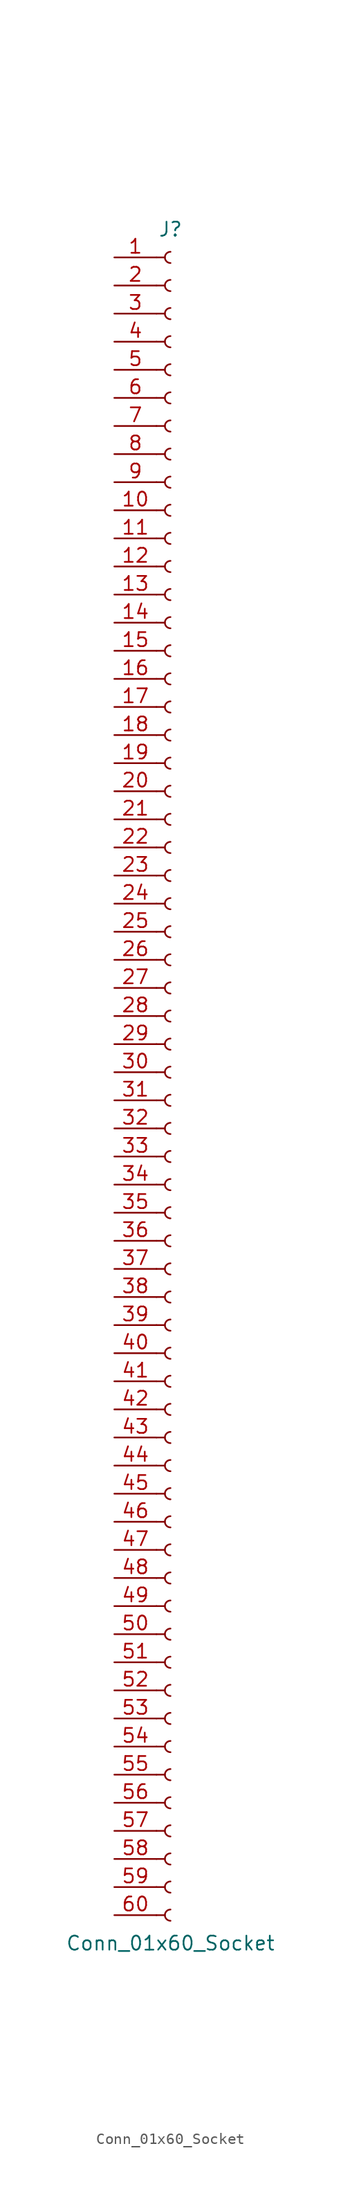
<source format=kicad_sym>
(kicad_symbol_lib
  (version 20220914)
  (generator kicad_symbol_editor)
  (symbol "Conn_01x60_Socket"
    (pin_names
      (offset 1.016) hide)
    (property "Reference" "J"
      (at 0 76.2 0)
      (effects (font (size 1.27 1.27))))
    (property "Value" "Conn_01x60_Socket"
      (at 0 -78.74 0)
      (effects (font (size 1.27 1.27))))
    (property "ki_locked" ""
      (at 0 0 0)
      (effects (font (size 1.27 1.27))))
    (symbol "Conn_01x60_Socket_1_1"
      (arc (start 0 -75.692) (mid -0.5058 -76.2) (end 0 -76.708) (stroke (width 0.1524) (type default)) (fill (type none)))
      (arc (start 0 -73.152) (mid -0.5058 -73.66) (end 0 -74.168) (stroke (width 0.1524) (type default)) (fill (type none)))
      (arc (start 0 -70.612) (mid -0.5058 -71.12) (end 0 -71.628) (stroke (width 0.1524) (type default)) (fill (type none)))
      (arc (start 0 -68.072) (mid -0.5058 -68.58) (end 0 -69.088) (stroke (width 0.1524) (type default)) (fill (type none)))
      (arc (start 0 -65.532) (mid -0.5058 -66.04) (end 0 -66.548) (stroke (width 0.1524) (type default)) (fill (type none)))
      (arc (start 0 -62.992) (mid -0.5058 -63.5) (end 0 -64.008) (stroke (width 0.1524) (type default)) (fill (type none)))
      (arc (start 0 -60.452) (mid -0.5058 -60.96) (end 0 -61.468) (stroke (width 0.1524) (type default)) (fill (type none)))
      (arc (start 0 -57.912) (mid -0.5058 -58.42) (end 0 -58.928) (stroke (width 0.1524) (type default)) (fill (type none)))
      (arc (start 0 -55.372) (mid -0.5058 -55.88) (end 0 -56.388) (stroke (width 0.1524) (type default)) (fill (type none)))
      (arc (start 0 -52.832) (mid -0.5058 -53.34) (end 0 -53.848) (stroke (width 0.1524) (type default)) (fill (type none)))
      (arc (start 0 -50.292) (mid -0.5058 -50.8) (end 0 -51.308) (stroke (width 0.1524) (type default)) (fill (type none)))
      (arc (start 0 -47.752) (mid -0.5058 -48.26) (end 0 -48.768) (stroke (width 0.1524) (type default)) (fill (type none)))
      (arc (start 0 -45.212) (mid -0.5058 -45.72) (end 0 -46.228) (stroke (width 0.1524) (type default)) (fill (type none)))
      (arc (start 0 -42.672) (mid -0.5058 -43.18) (end 0 -43.688) (stroke (width 0.1524) (type default)) (fill (type none)))
      (arc (start 0 -40.132) (mid -0.5058 -40.64) (end 0 -41.148) (stroke (width 0.1524) (type default)) (fill (type none)))
      (arc (start 0 -37.592) (mid -0.5058 -38.1) (end 0 -38.608) (stroke (width 0.1524) (type default)) (fill (type none)))
      (arc (start 0 -35.052) (mid -0.5058 -35.56) (end 0 -36.068) (stroke (width 0.1524) (type default)) (fill (type none)))
      (arc (start 0 -32.512) (mid -0.5058 -33.02) (end 0 -33.528) (stroke (width 0.1524) (type default)) (fill (type none)))
      (arc (start 0 -29.972) (mid -0.5058 -30.48) (end 0 -30.988) (stroke (width 0.1524) (type default)) (fill (type none)))
      (arc (start 0 -27.432) (mid -0.5058 -27.94) (end 0 -28.448) (stroke (width 0.1524) (type default)) (fill (type none)))
      (arc (start 0 -24.892) (mid -0.5058 -25.4) (end 0 -25.908) (stroke (width 0.1524) (type default)) (fill (type none)))
      (arc (start 0 -22.352) (mid -0.5058 -22.86) (end 0 -23.368) (stroke (width 0.1524) (type default)) (fill (type none)))
      (arc (start 0 -19.812) (mid -0.5058 -20.32) (end 0 -20.828) (stroke (width 0.1524) (type default)) (fill (type none)))
      (arc (start 0 -17.272) (mid -0.5058 -17.78) (end 0 -18.288) (stroke (width 0.1524) (type default)) (fill (type none)))
      (arc (start 0 -14.732) (mid -0.5058 -15.24) (end 0 -15.748) (stroke (width 0.1524) (type default)) (fill (type none)))
      (arc (start 0 -12.192) (mid -0.5058 -12.7) (end 0 -13.208) (stroke (width 0.1524) (type default)) (fill (type none)))
      (arc (start 0 -9.652) (mid -0.5058 -10.16) (end 0 -10.668) (stroke (width 0.1524) (type default)) (fill (type none)))
      (arc (start 0 -7.112) (mid -0.5058 -7.62) (end 0 -8.128) (stroke (width 0.1524) (type default)) (fill (type none)))
      (arc (start 0 -4.572) (mid -0.5058 -5.08) (end 0 -5.588) (stroke (width 0.1524) (type default)) (fill (type none)))
      (arc (start 0 -2.032) (mid -0.5058 -2.54) (end 0 -3.048) (stroke (width 0.1524) (type default)) (fill (type none)))
      (polyline (pts (xy -1.27 -76.2) (xy -0.508 -76.2)) (stroke (width 0.152) (type default)) (fill (type none)))
      (polyline (pts (xy -1.27 -73.66) (xy -0.508 -73.66)) (stroke (width 0.152) (type default)) (fill (type none)))
      (polyline (pts (xy -1.27 -71.12) (xy -0.508 -71.12)) (stroke (width 0.152) (type default)) (fill (type none)))
      (polyline (pts (xy -1.27 -68.58) (xy -0.508 -68.58)) (stroke (width 0.152) (type default)) (fill (type none)))
      (polyline (pts (xy -1.27 -66.04) (xy -0.508 -66.04)) (stroke (width 0.152) (type default)) (fill (type none)))
      (polyline (pts (xy -1.27 -63.5) (xy -0.508 -63.5)) (stroke (width 0.152) (type default)) (fill (type none)))
      (polyline (pts (xy -1.27 -60.96) (xy -0.508 -60.96)) (stroke (width 0.152) (type default)) (fill (type none)))
      (polyline (pts (xy -1.27 -58.42) (xy -0.508 -58.42)) (stroke (width 0.152) (type default)) (fill (type none)))
      (polyline (pts (xy -1.27 -55.88) (xy -0.508 -55.88)) (stroke (width 0.152) (type default)) (fill (type none)))
      (polyline (pts (xy -1.27 -53.34) (xy -0.508 -53.34)) (stroke (width 0.152) (type default)) (fill (type none)))
      (polyline (pts (xy -1.27 -50.8) (xy -0.508 -50.8)) (stroke (width 0.152) (type default)) (fill (type none)))
      (polyline (pts (xy -1.27 -48.26) (xy -0.508 -48.26)) (stroke (width 0.152) (type default)) (fill (type none)))
      (polyline (pts (xy -1.27 -45.72) (xy -0.508 -45.72)) (stroke (width 0.152) (type default)) (fill (type none)))
      (polyline (pts (xy -1.27 -43.18) (xy -0.508 -43.18)) (stroke (width 0.152) (type default)) (fill (type none)))
      (polyline (pts (xy -1.27 -40.64) (xy -0.508 -40.64)) (stroke (width 0.152) (type default)) (fill (type none)))
      (polyline (pts (xy -1.27 -38.1) (xy -0.508 -38.1)) (stroke (width 0.152) (type default)) (fill (type none)))
      (polyline (pts (xy -1.27 -35.56) (xy -0.508 -35.56)) (stroke (width 0.152) (type default)) (fill (type none)))
      (polyline (pts (xy -1.27 -33.02) (xy -0.508 -33.02)) (stroke (width 0.152) (type default)) (fill (type none)))
      (polyline (pts (xy -1.27 -30.48) (xy -0.508 -30.48)) (stroke (width 0.152) (type default)) (fill (type none)))
      (polyline (pts (xy -1.27 -27.94) (xy -0.508 -27.94)) (stroke (width 0.152) (type default)) (fill (type none)))
      (polyline (pts (xy -1.27 -25.4) (xy -0.508 -25.4)) (stroke (width 0.152) (type default)) (fill (type none)))
      (polyline (pts (xy -1.27 -22.86) (xy -0.508 -22.86)) (stroke (width 0.152) (type default)) (fill (type none)))
      (polyline (pts (xy -1.27 -20.32) (xy -0.508 -20.32)) (stroke (width 0.152) (type default)) (fill (type none)))
      (polyline (pts (xy -1.27 -17.78) (xy -0.508 -17.78)) (stroke (width 0.152) (type default)) (fill (type none)))
      (polyline (pts (xy -1.27 -15.24) (xy -0.508 -15.24)) (stroke (width 0.152) (type default)) (fill (type none)))
      (polyline (pts (xy -1.27 -12.7) (xy -0.508 -12.7)) (stroke (width 0.152) (type default)) (fill (type none)))
      (polyline (pts (xy -1.27 -10.16) (xy -0.508 -10.16)) (stroke (width 0.152) (type default)) (fill (type none)))
      (polyline (pts (xy -1.27 -7.62) (xy -0.508 -7.62)) (stroke (width 0.152) (type default)) (fill (type none)))
      (polyline (pts (xy -1.27 -5.08) (xy -0.508 -5.08)) (stroke (width 0.152) (type default)) (fill (type none)))
      (polyline (pts (xy -1.27 -2.54) (xy -0.508 -2.54)) (stroke (width 0.152) (type default)) (fill (type none)))
      (polyline (pts (xy -1.27 0) (xy -0.508 0)) (stroke (width 0.152) (type default)) (fill (type none)))
      (polyline (pts (xy -1.27 2.54) (xy -0.508 2.54)) (stroke (width 0.152) (type default)) (fill (type none)))
      (polyline (pts (xy -1.27 5.08) (xy -0.508 5.08)) (stroke (width 0.152) (type default)) (fill (type none)))
      (polyline (pts (xy -1.27 7.62) (xy -0.508 7.62)) (stroke (width 0.152) (type default)) (fill (type none)))
      (polyline (pts (xy -1.27 10.16) (xy -0.508 10.16)) (stroke (width 0.152) (type default)) (fill (type none)))
      (polyline (pts (xy -1.27 12.7) (xy -0.508 12.7)) (stroke (width 0.152) (type default)) (fill (type none)))
      (polyline (pts (xy -1.27 15.24) (xy -0.508 15.24)) (stroke (width 0.152) (type default)) (fill (type none)))
      (polyline (pts (xy -1.27 17.78) (xy -0.508 17.78)) (stroke (width 0.152) (type default)) (fill (type none)))
      (polyline (pts (xy -1.27 20.32) (xy -0.508 20.32)) (stroke (width 0.152) (type default)) (fill (type none)))
      (polyline (pts (xy -1.27 22.86) (xy -0.508 22.86)) (stroke (width 0.152) (type default)) (fill (type none)))
      (polyline (pts (xy -1.27 25.4) (xy -0.508 25.4)) (stroke (width 0.152) (type default)) (fill (type none)))
      (polyline (pts (xy -1.27 27.94) (xy -0.508 27.94)) (stroke (width 0.152) (type default)) (fill (type none)))
      (polyline (pts (xy -1.27 30.48) (xy -0.508 30.48)) (stroke (width 0.152) (type default)) (fill (type none)))
      (polyline (pts (xy -1.27 33.02) (xy -0.508 33.02)) (stroke (width 0.152) (type default)) (fill (type none)))
      (polyline (pts (xy -1.27 35.56) (xy -0.508 35.56)) (stroke (width 0.152) (type default)) (fill (type none)))
      (polyline (pts (xy -1.27 38.1) (xy -0.508 38.1)) (stroke (width 0.152) (type default)) (fill (type none)))
      (polyline (pts (xy -1.27 40.64) (xy -0.508 40.64)) (stroke (width 0.152) (type default)) (fill (type none)))
      (polyline (pts (xy -1.27 43.18) (xy -0.508 43.18)) (stroke (width 0.152) (type default)) (fill (type none)))
      (polyline (pts (xy -1.27 45.72) (xy -0.508 45.72)) (stroke (width 0.152) (type default)) (fill (type none)))
      (polyline (pts (xy -1.27 48.26) (xy -0.508 48.26)) (stroke (width 0.152) (type default)) (fill (type none)))
      (polyline (pts (xy -1.27 50.8) (xy -0.508 50.8)) (stroke (width 0.152) (type default)) (fill (type none)))
      (polyline (pts (xy -1.27 53.34) (xy -0.508 53.34)) (stroke (width 0.152) (type default)) (fill (type none)))
      (polyline (pts (xy -1.27 55.88) (xy -0.508 55.88)) (stroke (width 0.152) (type default)) (fill (type none)))
      (polyline (pts (xy -1.27 58.42) (xy -0.508 58.42)) (stroke (width 0.152) (type default)) (fill (type none)))
      (polyline (pts (xy -1.27 60.96) (xy -0.508 60.96)) (stroke (width 0.152) (type default)) (fill (type none)))
      (polyline (pts (xy -1.27 63.5) (xy -0.508 63.5)) (stroke (width 0.152) (type default)) (fill (type none)))
      (polyline (pts (xy -1.27 66.04) (xy -0.508 66.04)) (stroke (width 0.152) (type default)) (fill (type none)))
      (polyline (pts (xy -1.27 68.58) (xy -0.508 68.58)) (stroke (width 0.152) (type default)) (fill (type none)))
      (polyline (pts (xy -1.27 71.12) (xy -0.508 71.12)) (stroke (width 0.152) (type default)) (fill (type none)))
      (polyline (pts (xy -1.27 73.66) (xy -0.508 73.66)) (stroke (width 0.152) (type default)) (fill (type none)))
      (arc (start 0 0.508) (mid -0.5058 0) (end 0 -0.508) (stroke (width 0.1524) (type default)) (fill (type none)))
      (arc (start 0 3.048) (mid -0.5058 2.54) (end 0 2.032) (stroke (width 0.1524) (type default)) (fill (type none)))
      (arc (start 0 5.588) (mid -0.5058 5.08) (end 0 4.572) (stroke (width 0.1524) (type default)) (fill (type none)))
      (arc (start 0 8.128) (mid -0.5058 7.62) (end 0 7.112) (stroke (width 0.1524) (type default)) (fill (type none)))
      (arc (start 0 10.668) (mid -0.5058 10.16) (end 0 9.652) (stroke (width 0.1524) (type default)) (fill (type none)))
      (arc (start 0 13.208) (mid -0.5058 12.7) (end 0 12.192) (stroke (width 0.1524) (type default)) (fill (type none)))
      (arc (start 0 15.748) (mid -0.5058 15.24) (end 0 14.732) (stroke (width 0.1524) (type default)) (fill (type none)))
      (arc (start 0 18.288) (mid -0.5058 17.78) (end 0 17.272) (stroke (width 0.1524) (type default)) (fill (type none)))
      (arc (start 0 20.828) (mid -0.5058 20.32) (end 0 19.812) (stroke (width 0.1524) (type default)) (fill (type none)))
      (arc (start 0 23.368) (mid -0.5058 22.86) (end 0 22.352) (stroke (width 0.1524) (type default)) (fill (type none)))
      (arc (start 0 25.908) (mid -0.5058 25.4) (end 0 24.892) (stroke (width 0.1524) (type default)) (fill (type none)))
      (arc (start 0 28.448) (mid -0.5058 27.94) (end 0 27.432) (stroke (width 0.1524) (type default)) (fill (type none)))
      (arc (start 0 30.988) (mid -0.5058 30.48) (end 0 29.972) (stroke (width 0.1524) (type default)) (fill (type none)))
      (arc (start 0 33.528) (mid -0.5058 33.02) (end 0 32.512) (stroke (width 0.1524) (type default)) (fill (type none)))
      (arc (start 0 36.068) (mid -0.5058 35.56) (end 0 35.052) (stroke (width 0.1524) (type default)) (fill (type none)))
      (arc (start 0 38.608) (mid -0.5058 38.1) (end 0 37.592) (stroke (width 0.1524) (type default)) (fill (type none)))
      (arc (start 0 41.148) (mid -0.5058 40.64) (end 0 40.132) (stroke (width 0.1524) (type default)) (fill (type none)))
      (arc (start 0 43.688) (mid -0.5058 43.18) (end 0 42.672) (stroke (width 0.1524) (type default)) (fill (type none)))
      (arc (start 0 46.228) (mid -0.5058 45.72) (end 0 45.212) (stroke (width 0.1524) (type default)) (fill (type none)))
      (arc (start 0 48.768) (mid -0.5058 48.26) (end 0 47.752) (stroke (width 0.1524) (type default)) (fill (type none)))
      (arc (start 0 51.308) (mid -0.5058 50.8) (end 0 50.292) (stroke (width 0.1524) (type default)) (fill (type none)))
      (arc (start 0 53.848) (mid -0.5058 53.34) (end 0 52.832) (stroke (width 0.1524) (type default)) (fill (type none)))
      (arc (start 0 56.388) (mid -0.5058 55.88) (end 0 55.372) (stroke (width 0.1524) (type default)) (fill (type none)))
      (arc (start 0 58.928) (mid -0.5058 58.42) (end 0 57.912) (stroke (width 0.1524) (type default)) (fill (type none)))
      (arc (start 0 61.468) (mid -0.5058 60.96) (end 0 60.452) (stroke (width 0.1524) (type default)) (fill (type none)))
      (arc (start 0 64.008) (mid -0.5058 63.5) (end 0 62.992) (stroke (width 0.1524) (type default)) (fill (type none)))
      (arc (start 0 66.548) (mid -0.5058 66.04) (end 0 65.532) (stroke (width 0.1524) (type default)) (fill (type none)))
      (arc (start 0 69.088) (mid -0.5058 68.58) (end 0 68.072) (stroke (width 0.1524) (type default)) (fill (type none)))
      (arc (start 0 71.628) (mid -0.5058 71.12) (end 0 70.612) (stroke (width 0.1524) (type default)) (fill (type none)))
      (arc (start 0 74.168) (mid -0.5058 73.66) (end 0 73.152) (stroke (width 0.1524) (type default)) (fill (type none)))
      (pin passive line (at -5.08 73.66 0) (length 3.81) (name "Pin_1" (effects (font (size 1.27 1.27)))) (number "1" (effects (font (size 1.27 1.27)))))
      (pin passive line (at -5.08 50.8 0) (length 3.81) (name "Pin_10" (effects (font (size 1.27 1.27)))) (number "10" (effects (font (size 1.27 1.27)))))
      (pin passive line (at -5.08 48.26 0) (length 3.81) (name "Pin_11" (effects (font (size 1.27 1.27)))) (number "11" (effects (font (size 1.27 1.27)))))
      (pin passive line (at -5.08 45.72 0) (length 3.81) (name "Pin_12" (effects (font (size 1.27 1.27)))) (number "12" (effects (font (size 1.27 1.27)))))
      (pin passive line (at -5.08 43.18 0) (length 3.81) (name "Pin_13" (effects (font (size 1.27 1.27)))) (number "13" (effects (font (size 1.27 1.27)))))
      (pin passive line (at -5.08 40.64 0) (length 3.81) (name "Pin_14" (effects (font (size 1.27 1.27)))) (number "14" (effects (font (size 1.27 1.27)))))
      (pin passive line (at -5.08 38.1 0) (length 3.81) (name "Pin_15" (effects (font (size 1.27 1.27)))) (number "15" (effects (font (size 1.27 1.27)))))
      (pin passive line (at -5.08 35.56 0) (length 3.81) (name "Pin_16" (effects (font (size 1.27 1.27)))) (number "16" (effects (font (size 1.27 1.27)))))
      (pin passive line (at -5.08 33.02 0) (length 3.81) (name "Pin_17" (effects (font (size 1.27 1.27)))) (number "17" (effects (font (size 1.27 1.27)))))
      (pin passive line (at -5.08 30.48 0) (length 3.81) (name "Pin_18" (effects (font (size 1.27 1.27)))) (number "18" (effects (font (size 1.27 1.27)))))
      (pin passive line (at -5.08 27.94 0) (length 3.81) (name "Pin_19" (effects (font (size 1.27 1.27)))) (number "19" (effects (font (size 1.27 1.27)))))
      (pin passive line (at -5.08 71.12 0) (length 3.81) (name "Pin_2" (effects (font (size 1.27 1.27)))) (number "2" (effects (font (size 1.27 1.27)))))
      (pin passive line (at -5.08 25.4 0) (length 3.81) (name "Pin_20" (effects (font (size 1.27 1.27)))) (number "20" (effects (font (size 1.27 1.27)))))
      (pin passive line (at -5.08 22.86 0) (length 3.81) (name "Pin_21" (effects (font (size 1.27 1.27)))) (number "21" (effects (font (size 1.27 1.27)))))
      (pin passive line (at -5.08 20.32 0) (length 3.81) (name "Pin_22" (effects (font (size 1.27 1.27)))) (number "22" (effects (font (size 1.27 1.27)))))
      (pin passive line (at -5.08 17.78 0) (length 3.81) (name "Pin_23" (effects (font (size 1.27 1.27)))) (number "23" (effects (font (size 1.27 1.27)))))
      (pin passive line (at -5.08 15.24 0) (length 3.81) (name "Pin_24" (effects (font (size 1.27 1.27)))) (number "24" (effects (font (size 1.27 1.27)))))
      (pin passive line (at -5.08 12.7 0) (length 3.81) (name "Pin_25" (effects (font (size 1.27 1.27)))) (number "25" (effects (font (size 1.27 1.27)))))
      (pin passive line (at -5.08 10.16 0) (length 3.81) (name "Pin_26" (effects (font (size 1.27 1.27)))) (number "26" (effects (font (size 1.27 1.27)))))
      (pin passive line (at -5.08 7.62 0) (length 3.81) (name "Pin_27" (effects (font (size 1.27 1.27)))) (number "27" (effects (font (size 1.27 1.27)))))
      (pin passive line (at -5.08 5.08 0) (length 3.81) (name "Pin_28" (effects (font (size 1.27 1.27)))) (number "28" (effects (font (size 1.27 1.27)))))
      (pin passive line (at -5.08 2.54 0) (length 3.81) (name "Pin_29" (effects (font (size 1.27 1.27)))) (number "29" (effects (font (size 1.27 1.27)))))
      (pin passive line (at -5.08 68.58 0) (length 3.81) (name "Pin_3" (effects (font (size 1.27 1.27)))) (number "3" (effects (font (size 1.27 1.27)))))
      (pin passive line (at -5.08 0 0) (length 3.81) (name "Pin_30" (effects (font (size 1.27 1.27)))) (number "30" (effects (font (size 1.27 1.27)))))
      (pin passive line (at -5.08 -2.54 0) (length 3.81) (name "Pin_31" (effects (font (size 1.27 1.27)))) (number "31" (effects (font (size 1.27 1.27)))))
      (pin passive line (at -5.08 -5.08 0) (length 3.81) (name "Pin_32" (effects (font (size 1.27 1.27)))) (number "32" (effects (font (size 1.27 1.27)))))
      (pin passive line (at -5.08 -7.62 0) (length 3.81) (name "Pin_33" (effects (font (size 1.27 1.27)))) (number "33" (effects (font (size 1.27 1.27)))))
      (pin passive line (at -5.08 -10.16 0) (length 3.81) (name "Pin_34" (effects (font (size 1.27 1.27)))) (number "34" (effects (font (size 1.27 1.27)))))
      (pin passive line (at -5.08 -12.7 0) (length 3.81) (name "Pin_35" (effects (font (size 1.27 1.27)))) (number "35" (effects (font (size 1.27 1.27)))))
      (pin passive line (at -5.08 -15.24 0) (length 3.81) (name "Pin_36" (effects (font (size 1.27 1.27)))) (number "36" (effects (font (size 1.27 1.27)))))
      (pin passive line (at -5.08 -17.78 0) (length 3.81) (name "Pin_37" (effects (font (size 1.27 1.27)))) (number "37" (effects (font (size 1.27 1.27)))))
      (pin passive line (at -5.08 -20.32 0) (length 3.81) (name "Pin_38" (effects (font (size 1.27 1.27)))) (number "38" (effects (font (size 1.27 1.27)))))
      (pin passive line (at -5.08 -22.86 0) (length 3.81) (name "Pin_39" (effects (font (size 1.27 1.27)))) (number "39" (effects (font (size 1.27 1.27)))))
      (pin passive line (at -5.08 66.04 0) (length 3.81) (name "Pin_4" (effects (font (size 1.27 1.27)))) (number "4" (effects (font (size 1.27 1.27)))))
      (pin passive line (at -5.08 -25.4 0) (length 3.81) (name "Pin_40" (effects (font (size 1.27 1.27)))) (number "40" (effects (font (size 1.27 1.27)))))
      (pin passive line (at -5.08 -27.94 0) (length 3.81) (name "Pin_41" (effects (font (size 1.27 1.27)))) (number "41" (effects (font (size 1.27 1.27)))))
      (pin passive line (at -5.08 -30.48 0) (length 3.81) (name "Pin_42" (effects (font (size 1.27 1.27)))) (number "42" (effects (font (size 1.27 1.27)))))
      (pin passive line (at -5.08 -33.02 0) (length 3.81) (name "Pin_43" (effects (font (size 1.27 1.27)))) (number "43" (effects (font (size 1.27 1.27)))))
      (pin passive line (at -5.08 -35.56 0) (length 3.81) (name "Pin_44" (effects (font (size 1.27 1.27)))) (number "44" (effects (font (size 1.27 1.27)))))
      (pin passive line (at -5.08 -38.1 0) (length 3.81) (name "Pin_45" (effects (font (size 1.27 1.27)))) (number "45" (effects (font (size 1.27 1.27)))))
      (pin passive line (at -5.08 -40.64 0) (length 3.81) (name "Pin_46" (effects (font (size 1.27 1.27)))) (number "46" (effects (font (size 1.27 1.27)))))
      (pin passive line (at -5.08 -43.18 0) (length 3.81) (name "Pin_47" (effects (font (size 1.27 1.27)))) (number "47" (effects (font (size 1.27 1.27)))))
      (pin passive line (at -5.08 -45.72 0) (length 3.81) (name "Pin_48" (effects (font (size 1.27 1.27)))) (number "48" (effects (font (size 1.27 1.27)))))
      (pin passive line (at -5.08 -48.26 0) (length 3.81) (name "Pin_49" (effects (font (size 1.27 1.27)))) (number "49" (effects (font (size 1.27 1.27)))))
      (pin passive line (at -5.08 63.5 0) (length 3.81) (name "Pin_5" (effects (font (size 1.27 1.27)))) (number "5" (effects (font (size 1.27 1.27)))))
      (pin passive line (at -5.08 -50.8 0) (length 3.81) (name "Pin_50" (effects (font (size 1.27 1.27)))) (number "50" (effects (font (size 1.27 1.27)))))
      (pin passive line (at -5.08 -53.34 0) (length 3.81) (name "Pin_51" (effects (font (size 1.27 1.27)))) (number "51" (effects (font (size 1.27 1.27)))))
      (pin passive line (at -5.08 -55.88 0) (length 3.81) (name "Pin_52" (effects (font (size 1.27 1.27)))) (number "52" (effects (font (size 1.27 1.27)))))
      (pin passive line (at -5.08 -58.42 0) (length 3.81) (name "Pin_53" (effects (font (size 1.27 1.27)))) (number "53" (effects (font (size 1.27 1.27)))))
      (pin passive line (at -5.08 -60.96 0) (length 3.81) (name "Pin_54" (effects (font (size 1.27 1.27)))) (number "54" (effects (font (size 1.27 1.27)))))
      (pin passive line (at -5.08 -63.5 0) (length 3.81) (name "Pin_55" (effects (font (size 1.27 1.27)))) (number "55" (effects (font (size 1.27 1.27)))))
      (pin passive line (at -5.08 -66.04 0) (length 3.81) (name "Pin_56" (effects (font (size 1.27 1.27)))) (number "56" (effects (font (size 1.27 1.27)))))
      (pin passive line (at -5.08 -68.58 0) (length 3.81) (name "Pin_57" (effects (font (size 1.27 1.27)))) (number "57" (effects (font (size 1.27 1.27)))))
      (pin passive line (at -5.08 -71.12 0) (length 3.81) (name "Pin_58" (effects (font (size 1.27 1.27)))) (number "58" (effects (font (size 1.27 1.27)))))
      (pin passive line (at -5.08 -73.66 0) (length 3.81) (name "Pin_59" (effects (font (size 1.27 1.27)))) (number "59" (effects (font (size 1.27 1.27)))))
      (pin passive line (at -5.08 60.96 0) (length 3.81) (name "Pin_6" (effects (font (size 1.27 1.27)))) (number "6" (effects (font (size 1.27 1.27)))))
      (pin passive line (at -5.08 -76.2 0) (length 3.81) (name "Pin_60" (effects (font (size 1.27 1.27)))) (number "60" (effects (font (size 1.27 1.27)))))
      (pin passive line (at -5.08 58.42 0) (length 3.81) (name "Pin_7" (effects (font (size 1.27 1.27)))) (number "7" (effects (font (size 1.27 1.27)))))
      (pin passive line (at -5.08 55.88 0) (length 3.81) (name "Pin_8" (effects (font (size 1.27 1.27)))) (number "8" (effects (font (size 1.27 1.27)))))
      (pin passive line (at -5.08 53.34 0) (length 3.81) (name "Pin_9" (effects (font (size 1.27 1.27)))) (number "9" (effects (font (size 1.27 1.27))))))))
</source>
